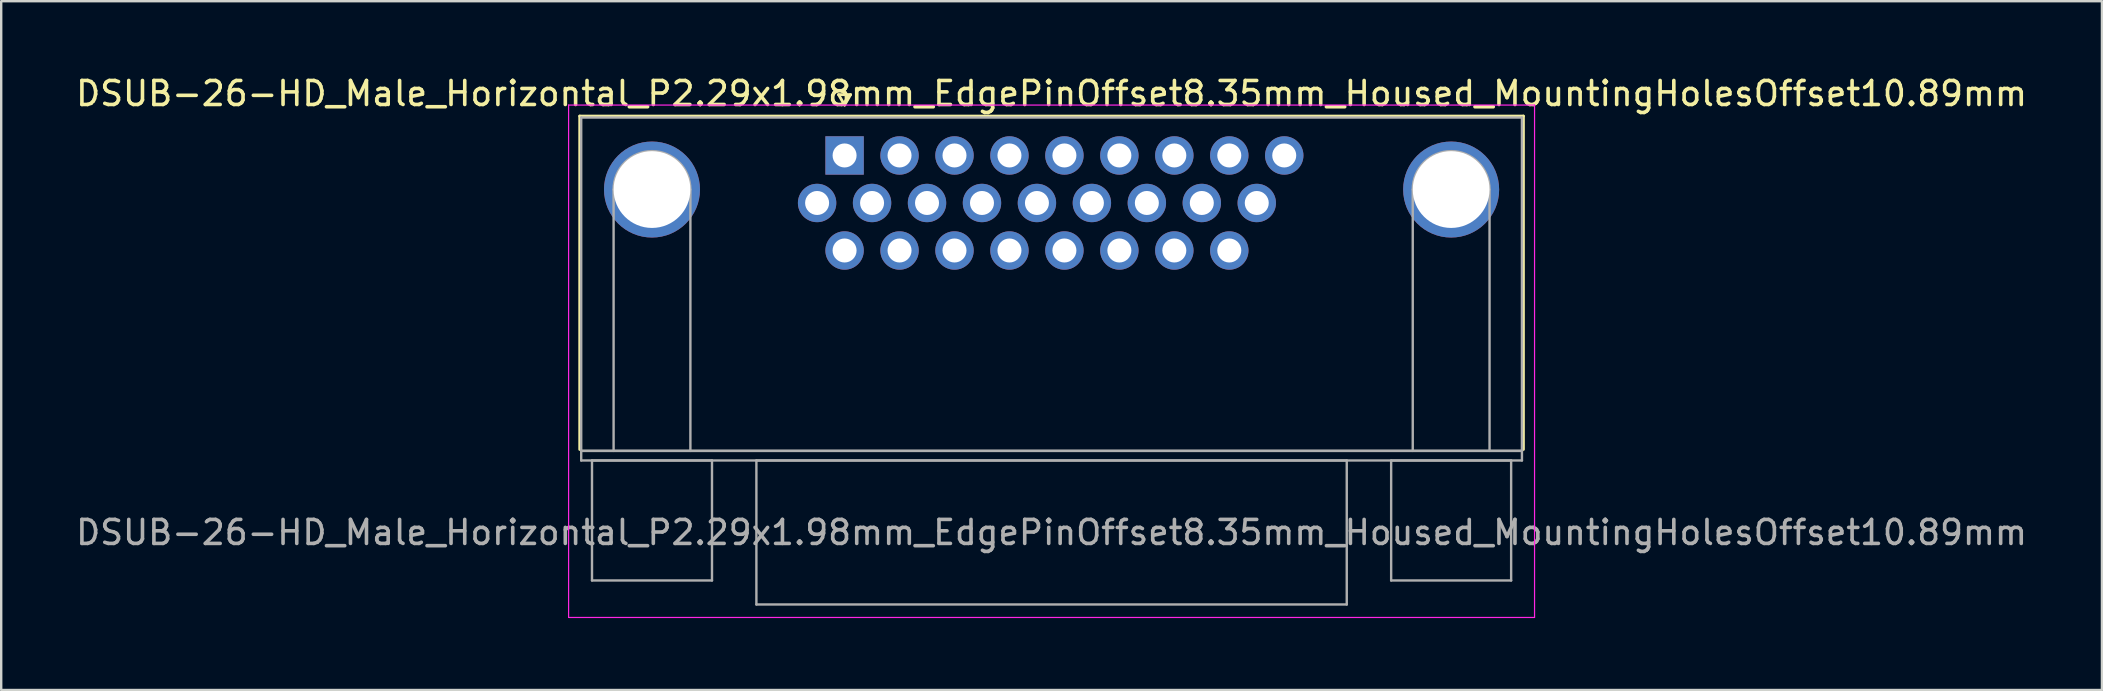
<source format=kicad_pcb>
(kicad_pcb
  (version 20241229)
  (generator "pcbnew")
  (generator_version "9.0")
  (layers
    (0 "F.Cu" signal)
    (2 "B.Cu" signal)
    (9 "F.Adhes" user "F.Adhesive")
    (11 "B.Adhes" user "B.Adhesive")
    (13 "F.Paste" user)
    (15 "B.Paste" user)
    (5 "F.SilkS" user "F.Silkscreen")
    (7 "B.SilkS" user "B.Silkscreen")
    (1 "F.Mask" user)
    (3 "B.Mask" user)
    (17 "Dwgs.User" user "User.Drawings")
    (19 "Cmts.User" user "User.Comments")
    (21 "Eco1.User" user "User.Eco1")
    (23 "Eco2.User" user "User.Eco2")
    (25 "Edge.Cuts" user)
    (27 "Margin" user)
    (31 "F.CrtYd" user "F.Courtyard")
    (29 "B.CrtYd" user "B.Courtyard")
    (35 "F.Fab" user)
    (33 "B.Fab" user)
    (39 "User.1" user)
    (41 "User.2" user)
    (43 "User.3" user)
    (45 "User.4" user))
  (footprint "DSUB-26-HD_Male_Horizontal_P2.29x1.98mm_EdgePinOffset8.35mm_Housed_MountingHolesOffset10.89mm"
    (layer "F.Cu")
    (at 32.143 3.428)
    (property "Reference" "DSUB-26-HD_Male_Horizontal_P2.29x1.98mm_EdgePinOffset8.35mm_Housed_MountingHolesOffset10.89mm" (at 8.625 -2.58 0) (layer "F.SilkS") (effects (font (size 1 1) (thickness 0.15))))
    (attr through_hole)
    (fp_line (start -11.035 -1.64) (end 28.285 -1.64) (stroke (width 0.12) (type solid)) (layer "F.SilkS"))
    (fp_line (start -11.035 12.25) (end -11.035 -1.64) (stroke (width 0.12) (type solid)) (layer "F.SilkS"))
    (fp_line (start -0.25 -2.534) (end 0.25 -2.534) (stroke (width 0.12) (type solid)) (layer "F.SilkS"))
    (fp_line (start 0 -2.101) (end -0.25 -2.534) (stroke (width 0.12) (type solid)) (layer "F.SilkS"))
    (fp_line (start 0.25 -2.534) (end 0 -2.101) (stroke (width 0.12) (type solid)) (layer "F.SilkS"))
    (fp_line (start 28.285 -1.64) (end 28.285 12.25) (stroke (width 0.12) (type solid)) (layer "F.SilkS"))
    (fp_line (start -11.5 -2.1) (end -11.5 19.25) (stroke (width 0.05) (type solid)) (layer "F.CrtYd"))
    (fp_line (start -11.5 19.25) (end 28.75 19.25) (stroke (width 0.05) (type solid)) (layer "F.CrtYd"))
    (fp_line (start 28.75 -2.1) (end -11.5 -2.1) (stroke (width 0.05) (type solid)) (layer "F.CrtYd"))
    (fp_line (start 28.75 19.25) (end 28.75 -2.1) (stroke (width 0.05) (type solid)) (layer "F.CrtYd"))
    (fp_line (start -10.975 -1.58) (end -10.975 12.31) (stroke (width 0.1) (type solid)) (layer "F.Fab"))
    (fp_line (start -10.975 12.31) (end -10.975 12.71) (stroke (width 0.1) (type solid)) (layer "F.Fab"))
    (fp_line (start -10.975 12.31) (end 28.225 12.31) (stroke (width 0.1) (type solid)) (layer "F.Fab"))
    (fp_line (start -10.975 12.71) (end 28.225 12.71) (stroke (width 0.1) (type solid)) (layer "F.Fab"))
    (fp_line (start -10.525 12.71) (end -10.525 17.71) (stroke (width 0.1) (type solid)) (layer "F.Fab"))
    (fp_line (start -10.525 17.71) (end -5.525 17.71) (stroke (width 0.1) (type solid)) (layer "F.Fab"))
    (fp_line (start -9.625 12.31) (end -9.625 1.42) (stroke (width 0.1) (type solid)) (layer "F.Fab"))
    (fp_line (start -6.425 12.31) (end -6.425 1.42) (stroke (width 0.1) (type solid)) (layer "F.Fab"))
    (fp_line (start -5.525 12.71) (end -10.525 12.71) (stroke (width 0.1) (type solid)) (layer "F.Fab"))
    (fp_line (start -5.525 17.71) (end -5.525 12.71) (stroke (width 0.1) (type solid)) (layer "F.Fab"))
    (fp_line (start -3.675 12.71) (end -3.675 18.71) (stroke (width 0.1) (type solid)) (layer "F.Fab"))
    (fp_line (start -3.675 18.71) (end 20.925 18.71) (stroke (width 0.1) (type solid)) (layer "F.Fab"))
    (fp_line (start 20.925 12.71) (end -3.675 12.71) (stroke (width 0.1) (type solid)) (layer "F.Fab"))
    (fp_line (start 20.925 18.71) (end 20.925 12.71) (stroke (width 0.1) (type solid)) (layer "F.Fab"))
    (fp_line (start 22.775 12.71) (end 22.775 17.71) (stroke (width 0.1) (type solid)) (layer "F.Fab"))
    (fp_line (start 22.775 17.71) (end 27.775 17.71) (stroke (width 0.1) (type solid)) (layer "F.Fab"))
    (fp_line (start 23.675 12.31) (end 23.675 1.42) (stroke (width 0.1) (type solid)) (layer "F.Fab"))
    (fp_line (start 26.875 12.31) (end 26.875 1.42) (stroke (width 0.1) (type solid)) (layer "F.Fab"))
    (fp_line (start 27.775 12.71) (end 22.775 12.71) (stroke (width 0.1) (type solid)) (layer "F.Fab"))
    (fp_line (start 27.775 17.71) (end 27.775 12.71) (stroke (width 0.1) (type solid)) (layer "F.Fab"))
    (fp_line (start 28.225 -1.58) (end -10.975 -1.58) (stroke (width 0.1) (type solid)) (layer "F.Fab"))
    (fp_line (start 28.225 12.31) (end -10.975 12.31) (stroke (width 0.1) (type solid)) (layer "F.Fab"))
    (fp_line (start 28.225 12.31) (end 28.225 -1.58) (stroke (width 0.1) (type solid)) (layer "F.Fab"))
    (fp_line (start 28.225 12.71) (end 28.225 12.31) (stroke (width 0.1) (type solid)) (layer "F.Fab"))
    (fp_arc (start -9.625 1.42) (mid -8.025 -0.18) (end -6.425 1.42) (stroke (width 0.1) (type solid)) (layer "F.Fab"))
    (fp_arc (start 23.675 1.42) (mid 25.275 -0.18) (end 26.875 1.42) (stroke (width 0.1) (type solid)) (layer "F.Fab"))
    (fp_text user "${REFERENCE}" (at 8.625 15.71 0) (layer "F.Fab") (effects (font (size 1 1) (thickness 0.15))))
    (pad "0" thru_hole circle (at -8.025 1.42) (size 4 4) (drill 3.2) (layers "*.Cu" "*.Mask"))
    (pad "0" thru_hole circle (at 25.275 1.42) (size 4 4) (drill 3.2) (layers "*.Cu" "*.Mask"))
    (pad "1" thru_hole rect (at 0 0) (size 1.6 1.6) (drill 1) (layers "*.Cu" "*.Mask"))
    (pad "2" thru_hole circle (at 2.29 0) (size 1.6 1.6) (drill 1) (layers "*.Cu" "*.Mask"))
    (pad "3" thru_hole circle (at 4.58 0) (size 1.6 1.6) (drill 1) (layers "*.Cu" "*.Mask"))
    (pad "4" thru_hole circle (at 6.87 0) (size 1.6 1.6) (drill 1) (layers "*.Cu" "*.Mask"))
    (pad "5" thru_hole circle (at 9.16 0) (size 1.6 1.6) (drill 1) (layers "*.Cu" "*.Mask"))
    (pad "6" thru_hole circle (at 11.45 0) (size 1.6 1.6) (drill 1) (layers "*.Cu" "*.Mask"))
    (pad "7" thru_hole circle (at 13.74 0) (size 1.6 1.6) (drill 1) (layers "*.Cu" "*.Mask"))
    (pad "8" thru_hole circle (at 16.03 0) (size 1.6 1.6) (drill 1) (layers "*.Cu" "*.Mask"))
    (pad "9" thru_hole circle (at 18.32 0) (size 1.6 1.6) (drill 1) (layers "*.Cu" "*.Mask"))
    (pad "10" thru_hole circle (at -1.145 1.98) (size 1.6 1.6) (drill 1) (layers "*.Cu" "*.Mask"))
    (pad "11" thru_hole circle (at 1.145 1.98) (size 1.6 1.6) (drill 1) (layers "*.Cu" "*.Mask"))
    (pad "12" thru_hole circle (at 3.435 1.98) (size 1.6 1.6) (drill 1) (layers "*.Cu" "*.Mask"))
    (pad "13" thru_hole circle (at 5.725 1.98) (size 1.6 1.6) (drill 1) (layers "*.Cu" "*.Mask"))
    (pad "14" thru_hole circle (at 8.015 1.98) (size 1.6 1.6) (drill 1) (layers "*.Cu" "*.Mask"))
    (pad "15" thru_hole circle (at 10.305 1.98) (size 1.6 1.6) (drill 1) (layers "*.Cu" "*.Mask"))
    (pad "16" thru_hole circle (at 12.595 1.98) (size 1.6 1.6) (drill 1) (layers "*.Cu" "*.Mask"))
    (pad "17" thru_hole circle (at 14.885 1.98) (size 1.6 1.6) (drill 1) (layers "*.Cu" "*.Mask"))
    (pad "18" thru_hole circle (at 17.175 1.98) (size 1.6 1.6) (drill 1) (layers "*.Cu" "*.Mask"))
    (pad "19" thru_hole circle (at 0 3.96) (size 1.6 1.6) (drill 1) (layers "*.Cu" "*.Mask"))
    (pad "20" thru_hole circle (at 2.29 3.96) (size 1.6 1.6) (drill 1) (layers "*.Cu" "*.Mask"))
    (pad "21" thru_hole circle (at 4.58 3.96) (size 1.6 1.6) (drill 1) (layers "*.Cu" "*.Mask"))
    (pad "22" thru_hole circle (at 6.87 3.96) (size 1.6 1.6) (drill 1) (layers "*.Cu" "*.Mask"))
    (pad "23" thru_hole circle (at 9.16 3.96) (size 1.6 1.6) (drill 1) (layers "*.Cu" "*.Mask"))
    (pad "24" thru_hole circle (at 11.45 3.96) (size 1.6 1.6) (drill 1) (layers "*.Cu" "*.Mask"))
    (pad "25" thru_hole circle (at 13.74 3.96) (size 1.6 1.6) (drill 1) (layers "*.Cu" "*.Mask"))
    (pad "26" thru_hole circle (at 16.03 3.96) (size 1.6 1.6) (drill 1) (layers "*.Cu" "*.Mask")))
  (gr_rect
    (start -3 -3)
    (end 84.536 25.703)
    (stroke (width 0.1) (type default))
    (fill no)
    (layer "Edge.Cuts")))
</source>
